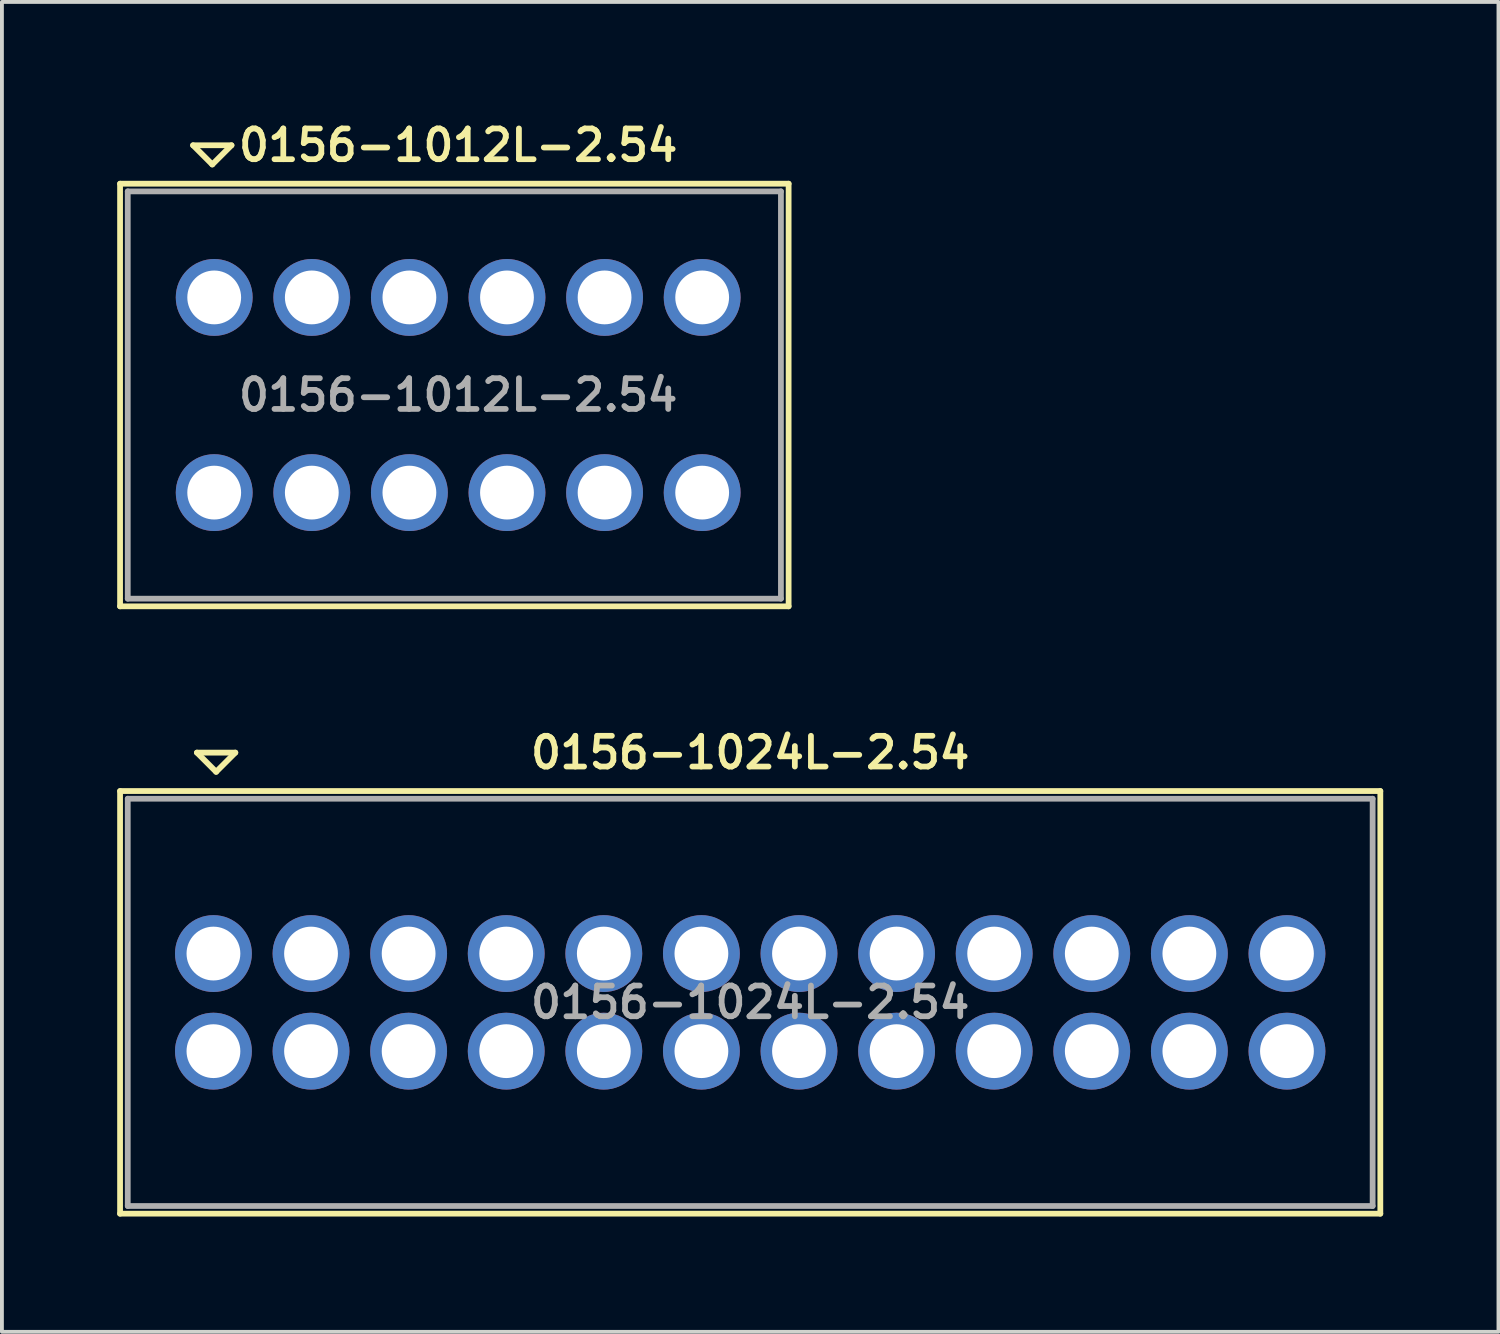
<source format=kicad_pcb>
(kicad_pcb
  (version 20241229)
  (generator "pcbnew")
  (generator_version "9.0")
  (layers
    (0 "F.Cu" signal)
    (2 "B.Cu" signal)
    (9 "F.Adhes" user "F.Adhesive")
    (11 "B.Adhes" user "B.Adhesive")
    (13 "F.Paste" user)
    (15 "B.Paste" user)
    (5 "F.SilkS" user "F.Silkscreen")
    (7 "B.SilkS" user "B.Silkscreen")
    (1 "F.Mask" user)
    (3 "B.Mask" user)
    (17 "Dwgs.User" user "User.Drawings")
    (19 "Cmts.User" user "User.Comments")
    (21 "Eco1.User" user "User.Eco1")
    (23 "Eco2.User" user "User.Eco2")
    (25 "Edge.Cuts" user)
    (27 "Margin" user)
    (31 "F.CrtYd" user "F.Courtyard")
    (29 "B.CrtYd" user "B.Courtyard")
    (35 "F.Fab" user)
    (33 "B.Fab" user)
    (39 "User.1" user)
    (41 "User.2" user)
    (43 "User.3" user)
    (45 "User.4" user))
  (footprint "0156-1012L-2.54"
    (layer "F.Cu")
    (at 8.875 7.231)
    (property "Reference" "0156-1012L-2.54" (at 0 -6.5 0) (layer "F.SilkS") (effects (font (size 0.8 0.8) (thickness 0.15))))
    (attr through_hole)
    (fp_line (start -8.8 -5.5) (end -8.8 5.5) (stroke (width 0.15) (type solid)) (layer "F.SilkS"))
    (fp_line (start -8.8 5.5) (end 8.6 5.5) (stroke (width 0.15) (type solid)) (layer "F.SilkS"))
    (fp_line (start -6.9 -6.5) (end -5.9 -6.5) (stroke (width 0.15) (type solid)) (layer "F.SilkS"))
    (fp_line (start -6.4 -6) (end -6.9 -6.5) (stroke (width 0.15) (type solid)) (layer "F.SilkS"))
    (fp_line (start -5.9 -6.5) (end -6.4 -6) (stroke (width 0.15) (type solid)) (layer "F.SilkS"))
    (fp_line (start 8.6 -5.5) (end -8.8 -5.5) (stroke (width 0.15) (type solid)) (layer "F.SilkS"))
    (fp_line (start 8.6 5.5) (end 8.6 -5.5) (stroke (width 0.15) (type solid)) (layer "F.SilkS"))
    (fp_line (start -8.6 -5.3) (end -8.6 5.3) (stroke (width 0.15) (type solid)) (layer "F.Fab"))
    (fp_line (start -8.6 5.3) (end 8.4 5.3) (stroke (width 0.15) (type solid)) (layer "F.Fab"))
    (fp_line (start -6.75 -2.94) (end -6.75 -2.14) (stroke (width 0.15) (type solid)) (layer "F.Fab"))
    (fp_line (start -6.75 -2.14) (end -5.95 -2.14) (stroke (width 0.15) (type solid)) (layer "F.Fab"))
    (fp_line (start -6.75 2.14) (end -6.75 2.94) (stroke (width 0.15) (type solid)) (layer "F.Fab"))
    (fp_line (start -6.75 2.94) (end -5.95 2.94) (stroke (width 0.15) (type solid)) (layer "F.Fab"))
    (fp_line (start -5.95 -2.94) (end -6.75 -2.94) (stroke (width 0.15) (type solid)) (layer "F.Fab"))
    (fp_line (start -5.95 -2.14) (end -5.95 -2.94) (stroke (width 0.15) (type solid)) (layer "F.Fab"))
    (fp_line (start -5.95 2.14) (end -6.75 2.14) (stroke (width 0.15) (type solid)) (layer "F.Fab"))
    (fp_line (start -5.95 2.94) (end -5.95 2.14) (stroke (width 0.15) (type solid)) (layer "F.Fab"))
    (fp_line (start -4.21 -2.94) (end -4.21 -2.14) (stroke (width 0.15) (type solid)) (layer "F.Fab"))
    (fp_line (start -4.21 -2.14) (end -3.41 -2.14) (stroke (width 0.15) (type solid)) (layer "F.Fab"))
    (fp_line (start -4.21 2.14) (end -4.21 2.94) (stroke (width 0.15) (type solid)) (layer "F.Fab"))
    (fp_line (start -4.21 2.94) (end -3.41 2.94) (stroke (width 0.15) (type solid)) (layer "F.Fab"))
    (fp_line (start -3.41 -2.94) (end -4.21 -2.94) (stroke (width 0.15) (type solid)) (layer "F.Fab"))
    (fp_line (start -3.41 -2.14) (end -3.41 -2.94) (stroke (width 0.15) (type solid)) (layer "F.Fab"))
    (fp_line (start -3.41 2.14) (end -4.21 2.14) (stroke (width 0.15) (type solid)) (layer "F.Fab"))
    (fp_line (start -3.41 2.94) (end -3.41 2.14) (stroke (width 0.15) (type solid)) (layer "F.Fab"))
    (fp_line (start -1.67 -2.94) (end -1.67 -2.14) (stroke (width 0.15) (type solid)) (layer "F.Fab"))
    (fp_line (start -1.67 -2.14) (end -0.87 -2.14) (stroke (width 0.15) (type solid)) (layer "F.Fab"))
    (fp_line (start -1.67 2.14) (end -1.67 2.94) (stroke (width 0.15) (type solid)) (layer "F.Fab"))
    (fp_line (start -1.67 2.94) (end -0.87 2.94) (stroke (width 0.15) (type solid)) (layer "F.Fab"))
    (fp_line (start -0.87 -2.94) (end -1.67 -2.94) (stroke (width 0.15) (type solid)) (layer "F.Fab"))
    (fp_line (start -0.87 -2.14) (end -0.87 -2.94) (stroke (width 0.15) (type solid)) (layer "F.Fab"))
    (fp_line (start -0.87 2.14) (end -1.67 2.14) (stroke (width 0.15) (type solid)) (layer "F.Fab"))
    (fp_line (start -0.87 2.94) (end -0.87 2.14) (stroke (width 0.15) (type solid)) (layer "F.Fab"))
    (fp_line (start 8.4 -5.3) (end -8.6 -5.3) (stroke (width 0.15) (type solid)) (layer "F.Fab"))
    (fp_line (start 8.4 5.3) (end 8.4 -5.3) (stroke (width 0.15) (type solid)) (layer "F.Fab"))
    (fp_text user "${REFERENCE}" (at 0 0 0) (layer "F.Fab") (effects (font (size 0.8 0.8) (thickness 0.15))))
    (pad "1" thru_hole circle (at -6.35 -2.54) (size 2 2) (drill 1.4) (layers "*.Cu" "*.Mask"))
    (pad "2" thru_hole circle (at -3.81 -2.54) (size 2 2) (drill 1.4) (layers "*.Cu" "*.Mask"))
    (pad "3" thru_hole circle (at -1.27 -2.54) (size 2 2) (drill 1.4) (layers "*.Cu" "*.Mask"))
    (pad "4" thru_hole circle (at 1.27 -2.54) (size 2 2) (drill 1.4) (layers "*.Cu" "*.Mask"))
    (pad "5" thru_hole circle (at 3.81 -2.54) (size 2 2) (drill 1.4) (layers "*.Cu" "*.Mask"))
    (pad "6" thru_hole circle (at 6.35 -2.54) (size 2 2) (drill 1.4) (layers "*.Cu" "*.Mask"))
    (pad "7" thru_hole circle (at -6.35 2.54) (size 2 2) (drill 1.4) (layers "*.Cu" "*.Mask"))
    (pad "8" thru_hole circle (at -3.81 2.54) (size 2 2) (drill 1.4) (layers "*.Cu" "*.Mask"))
    (pad "9" thru_hole circle (at -1.27 2.54) (size 2 2) (drill 1.4) (layers "*.Cu" "*.Mask"))
    (pad "10" thru_hole circle (at 1.27 2.54) (size 2 2) (drill 1.4) (layers "*.Cu" "*.Mask"))
    (pad "11" thru_hole circle (at 3.81 2.54) (size 2 2) (drill 1.4) (layers "*.Cu" "*.Mask"))
    (pad "12" thru_hole circle (at 6.35 2.54) (size 2 2) (drill 1.4) (layers "*.Cu" "*.Mask")))
  (footprint "0156-1024L-2.54"
    (layer "F.Cu")
    (at 16.475 23.038)
    (property "Reference" "0156-1024L-2.54" (at 0 -6.5 0) (layer "F.SilkS") (effects (font (size 0.8 0.8) (thickness 0.15))))
    (attr through_hole)
    (fp_line (start -16.4 -5.5) (end -16.4 5.5) (stroke (width 0.15) (type solid)) (layer "F.SilkS"))
    (fp_line (start -16.4 5.5) (end 16.4 5.5) (stroke (width 0.15) (type solid)) (layer "F.SilkS"))
    (fp_line (start -14.4 -6.5) (end -13.4 -6.5) (stroke (width 0.15) (type solid)) (layer "F.SilkS"))
    (fp_line (start -13.9 -6) (end -14.4 -6.5) (stroke (width 0.15) (type solid)) (layer "F.SilkS"))
    (fp_line (start -13.4 -6.5) (end -13.9 -6) (stroke (width 0.15) (type solid)) (layer "F.SilkS"))
    (fp_line (start 16.4 -5.5) (end -16.4 -5.5) (stroke (width 0.15) (type solid)) (layer "F.SilkS"))
    (fp_line (start 16.4 5.5) (end 16.4 -5.5) (stroke (width 0.15) (type solid)) (layer "F.SilkS"))
    (fp_line (start -16.2 -5.3) (end -16.2 5.3) (stroke (width 0.15) (type solid)) (layer "F.Fab"))
    (fp_line (start -16.2 5.3) (end 16.2 5.3) (stroke (width 0.15) (type solid)) (layer "F.Fab"))
    (fp_line (start -14.37 -1.67) (end -14.37 -0.87) (stroke (width 0.15) (type solid)) (layer "F.Fab"))
    (fp_line (start -14.37 -0.87) (end -13.57 -0.87) (stroke (width 0.15) (type solid)) (layer "F.Fab"))
    (fp_line (start -14.37 0.87) (end -14.37 1.67) (stroke (width 0.15) (type solid)) (layer "F.Fab"))
    (fp_line (start -14.37 1.67) (end -13.57 1.67) (stroke (width 0.15) (type solid)) (layer "F.Fab"))
    (fp_line (start -13.57 -1.67) (end -14.37 -1.67) (stroke (width 0.15) (type solid)) (layer "F.Fab"))
    (fp_line (start -13.57 -0.87) (end -13.57 -1.67) (stroke (width 0.15) (type solid)) (layer "F.Fab"))
    (fp_line (start -13.57 0.87) (end -14.37 0.87) (stroke (width 0.15) (type solid)) (layer "F.Fab"))
    (fp_line (start -13.57 1.67) (end -13.57 0.87) (stroke (width 0.15) (type solid)) (layer "F.Fab"))
    (fp_line (start -11.83 -1.67) (end -11.83 -0.87) (stroke (width 0.15) (type solid)) (layer "F.Fab"))
    (fp_line (start -11.83 -0.87) (end -11.03 -0.87) (stroke (width 0.15) (type solid)) (layer "F.Fab"))
    (fp_line (start -11.83 0.87) (end -11.83 1.67) (stroke (width 0.15) (type solid)) (layer "F.Fab"))
    (fp_line (start -11.83 1.67) (end -11.03 1.67) (stroke (width 0.15) (type solid)) (layer "F.Fab"))
    (fp_line (start -11.03 -1.67) (end -11.83 -1.67) (stroke (width 0.15) (type solid)) (layer "F.Fab"))
    (fp_line (start -11.03 -0.87) (end -11.03 -1.67) (stroke (width 0.15) (type solid)) (layer "F.Fab"))
    (fp_line (start -11.03 0.87) (end -11.83 0.87) (stroke (width 0.15) (type solid)) (layer "F.Fab"))
    (fp_line (start -11.03 1.67) (end -11.03 0.87) (stroke (width 0.15) (type solid)) (layer "F.Fab"))
    (fp_line (start -9.29 -1.67) (end -9.29 -0.87) (stroke (width 0.15) (type solid)) (layer "F.Fab"))
    (fp_line (start -9.29 -0.87) (end -8.49 -0.87) (stroke (width 0.15) (type solid)) (layer "F.Fab"))
    (fp_line (start -9.29 0.87) (end -9.29 1.67) (stroke (width 0.15) (type solid)) (layer "F.Fab"))
    (fp_line (start -9.29 1.67) (end -8.49 1.67) (stroke (width 0.15) (type solid)) (layer "F.Fab"))
    (fp_line (start -8.49 -1.67) (end -9.29 -1.67) (stroke (width 0.15) (type solid)) (layer "F.Fab"))
    (fp_line (start -8.49 -0.87) (end -8.49 -1.67) (stroke (width 0.15) (type solid)) (layer "F.Fab"))
    (fp_line (start -8.49 0.87) (end -9.29 0.87) (stroke (width 0.15) (type solid)) (layer "F.Fab"))
    (fp_line (start -8.49 1.67) (end -8.49 0.87) (stroke (width 0.15) (type solid)) (layer "F.Fab"))
    (fp_line (start -6.75 -1.67) (end -6.75 -0.87) (stroke (width 0.15) (type solid)) (layer "F.Fab"))
    (fp_line (start -6.75 -0.87) (end -5.95 -0.87) (stroke (width 0.15) (type solid)) (layer "F.Fab"))
    (fp_line (start -6.75 0.87) (end -6.75 1.67) (stroke (width 0.15) (type solid)) (layer "F.Fab"))
    (fp_line (start -6.75 1.67) (end -5.95 1.67) (stroke (width 0.15) (type solid)) (layer "F.Fab"))
    (fp_line (start -5.95 -1.67) (end -6.75 -1.67) (stroke (width 0.15) (type solid)) (layer "F.Fab"))
    (fp_line (start -5.95 -0.87) (end -5.95 -1.67) (stroke (width 0.15) (type solid)) (layer "F.Fab"))
    (fp_line (start -5.95 0.87) (end -6.75 0.87) (stroke (width 0.15) (type solid)) (layer "F.Fab"))
    (fp_line (start -5.95 1.67) (end -5.95 0.87) (stroke (width 0.15) (type solid)) (layer "F.Fab"))
    (fp_line (start -4.21 -1.67) (end -4.21 -0.87) (stroke (width 0.15) (type solid)) (layer "F.Fab"))
    (fp_line (start -4.21 -0.87) (end -3.41 -0.87) (stroke (width 0.15) (type solid)) (layer "F.Fab"))
    (fp_line (start -4.21 0.87) (end -4.21 1.67) (stroke (width 0.15) (type solid)) (layer "F.Fab"))
    (fp_line (start -4.21 1.67) (end -3.41 1.67) (stroke (width 0.15) (type solid)) (layer "F.Fab"))
    (fp_line (start -3.41 -1.67) (end -4.21 -1.67) (stroke (width 0.15) (type solid)) (layer "F.Fab"))
    (fp_line (start -3.41 -0.87) (end -3.41 -1.67) (stroke (width 0.15) (type solid)) (layer "F.Fab"))
    (fp_line (start -3.41 0.87) (end -4.21 0.87) (stroke (width 0.15) (type solid)) (layer "F.Fab"))
    (fp_line (start -3.41 1.67) (end -3.41 0.87) (stroke (width 0.15) (type solid)) (layer "F.Fab"))
    (fp_line (start -1.67 -1.67) (end -1.67 -0.87) (stroke (width 0.15) (type solid)) (layer "F.Fab"))
    (fp_line (start -1.67 -0.87) (end -0.87 -0.87) (stroke (width 0.15) (type solid)) (layer "F.Fab"))
    (fp_line (start -1.67 0.87) (end -1.67 1.67) (stroke (width 0.15) (type solid)) (layer "F.Fab"))
    (fp_line (start -1.67 1.67) (end -0.87 1.67) (stroke (width 0.15) (type solid)) (layer "F.Fab"))
    (fp_line (start -0.87 -1.67) (end -1.67 -1.67) (stroke (width 0.15) (type solid)) (layer "F.Fab"))
    (fp_line (start -0.87 -0.87) (end -0.87 -1.67) (stroke (width 0.15) (type solid)) (layer "F.Fab"))
    (fp_line (start -0.87 0.87) (end -1.67 0.87) (stroke (width 0.15) (type solid)) (layer "F.Fab"))
    (fp_line (start -0.87 1.67) (end -0.87 0.87) (stroke (width 0.15) (type solid)) (layer "F.Fab"))
    (fp_line (start 0.87 -1.67) (end 0.87 -0.87) (stroke (width 0.15) (type solid)) (layer "F.Fab"))
    (fp_line (start 0.87 -0.87) (end 1.67 -0.87) (stroke (width 0.15) (type solid)) (layer "F.Fab"))
    (fp_line (start 0.87 0.87) (end 0.87 1.67) (stroke (width 0.15) (type solid)) (layer "F.Fab"))
    (fp_line (start 0.87 1.67) (end 1.67 1.67) (stroke (width 0.15) (type solid)) (layer "F.Fab"))
    (fp_line (start 1.67 -1.67) (end 0.87 -1.67) (stroke (width 0.15) (type solid)) (layer "F.Fab"))
    (fp_line (start 1.67 -0.87) (end 1.67 -1.67) (stroke (width 0.15) (type solid)) (layer "F.Fab"))
    (fp_line (start 1.67 0.87) (end 0.87 0.87) (stroke (width 0.15) (type solid)) (layer "F.Fab"))
    (fp_line (start 1.67 1.67) (end 1.67 0.87) (stroke (width 0.15) (type solid)) (layer "F.Fab"))
    (fp_line (start 3.41 -1.67) (end 3.41 -0.87) (stroke (width 0.15) (type solid)) (layer "F.Fab"))
    (fp_line (start 3.41 -0.87) (end 4.21 -0.87) (stroke (width 0.15) (type solid)) (layer "F.Fab"))
    (fp_line (start 3.41 0.87) (end 3.41 1.67) (stroke (width 0.15) (type solid)) (layer "F.Fab"))
    (fp_line (start 3.41 1.67) (end 4.21 1.67) (stroke (width 0.15) (type solid)) (layer "F.Fab"))
    (fp_line (start 4.21 -1.67) (end 3.41 -1.67) (stroke (width 0.15) (type solid)) (layer "F.Fab"))
    (fp_line (start 4.21 -0.87) (end 4.21 -1.67) (stroke (width 0.15) (type solid)) (layer "F.Fab"))
    (fp_line (start 4.21 0.87) (end 3.41 0.87) (stroke (width 0.15) (type solid)) (layer "F.Fab"))
    (fp_line (start 4.21 1.67) (end 4.21 0.87) (stroke (width 0.15) (type solid)) (layer "F.Fab"))
    (fp_line (start 5.95 -1.67) (end 5.95 -0.87) (stroke (width 0.15) (type solid)) (layer "F.Fab"))
    (fp_line (start 5.95 -0.87) (end 6.75 -0.87) (stroke (width 0.15) (type solid)) (layer "F.Fab"))
    (fp_line (start 5.95 0.87) (end 5.95 1.67) (stroke (width 0.15) (type solid)) (layer "F.Fab"))
    (fp_line (start 5.95 1.67) (end 6.75 1.67) (stroke (width 0.15) (type solid)) (layer "F.Fab"))
    (fp_line (start 6.75 -1.67) (end 5.95 -1.67) (stroke (width 0.15) (type solid)) (layer "F.Fab"))
    (fp_line (start 6.75 -0.87) (end 6.75 -1.67) (stroke (width 0.15) (type solid)) (layer "F.Fab"))
    (fp_line (start 6.75 0.87) (end 5.95 0.87) (stroke (width 0.15) (type solid)) (layer "F.Fab"))
    (fp_line (start 6.75 1.67) (end 6.75 0.87) (stroke (width 0.15) (type solid)) (layer "F.Fab"))
    (fp_line (start 8.49 -1.67) (end 8.49 -0.87) (stroke (width 0.15) (type solid)) (layer "F.Fab"))
    (fp_line (start 8.49 -0.87) (end 9.29 -0.87) (stroke (width 0.15) (type solid)) (layer "F.Fab"))
    (fp_line (start 8.49 0.87) (end 8.49 1.67) (stroke (width 0.15) (type solid)) (layer "F.Fab"))
    (fp_line (start 8.49 1.67) (end 9.29 1.67) (stroke (width 0.15) (type solid)) (layer "F.Fab"))
    (fp_line (start 9.29 -1.67) (end 8.49 -1.67) (stroke (width 0.15) (type solid)) (layer "F.Fab"))
    (fp_line (start 9.29 -0.87) (end 9.29 -1.67) (stroke (width 0.15) (type solid)) (layer "F.Fab"))
    (fp_line (start 9.29 0.87) (end 8.49 0.87) (stroke (width 0.15) (type solid)) (layer "F.Fab"))
    (fp_line (start 9.29 1.67) (end 9.29 0.87) (stroke (width 0.15) (type solid)) (layer "F.Fab"))
    (fp_line (start 11.03 -1.67) (end 11.03 -0.87) (stroke (width 0.15) (type solid)) (layer "F.Fab"))
    (fp_line (start 11.03 -0.87) (end 11.83 -0.87) (stroke (width 0.15) (type solid)) (layer "F.Fab"))
    (fp_line (start 11.03 0.87) (end 11.03 1.67) (stroke (width 0.15) (type solid)) (layer "F.Fab"))
    (fp_line (start 11.03 1.67) (end 11.83 1.67) (stroke (width 0.15) (type solid)) (layer "F.Fab"))
    (fp_line (start 11.83 -1.67) (end 11.03 -1.67) (stroke (width 0.15) (type solid)) (layer "F.Fab"))
    (fp_line (start 11.83 -0.87) (end 11.83 -1.67) (stroke (width 0.15) (type solid)) (layer "F.Fab"))
    (fp_line (start 11.83 0.87) (end 11.03 0.87) (stroke (width 0.15) (type solid)) (layer "F.Fab"))
    (fp_line (start 11.83 1.67) (end 11.83 0.87) (stroke (width 0.15) (type solid)) (layer "F.Fab"))
    (fp_line (start 13.57 -1.67) (end 13.57 -0.87) (stroke (width 0.15) (type solid)) (layer "F.Fab"))
    (fp_line (start 13.57 -0.87) (end 14.37 -0.87) (stroke (width 0.15) (type solid)) (layer "F.Fab"))
    (fp_line (start 13.57 0.87) (end 13.57 1.67) (stroke (width 0.15) (type solid)) (layer "F.Fab"))
    (fp_line (start 13.57 1.67) (end 14.37 1.67) (stroke (width 0.15) (type solid)) (layer "F.Fab"))
    (fp_line (start 14.37 -1.67) (end 13.57 -1.67) (stroke (width 0.15) (type solid)) (layer "F.Fab"))
    (fp_line (start 14.37 -0.87) (end 14.37 -1.67) (stroke (width 0.15) (type solid)) (layer "F.Fab"))
    (fp_line (start 14.37 0.87) (end 13.57 0.87) (stroke (width 0.15) (type solid)) (layer "F.Fab"))
    (fp_line (start 14.37 1.67) (end 14.37 0.87) (stroke (width 0.15) (type solid)) (layer "F.Fab"))
    (fp_line (start 16.2 -5.3) (end -16.2 -5.3) (stroke (width 0.15) (type solid)) (layer "F.Fab"))
    (fp_line (start 16.2 5.3) (end 16.2 -5.3) (stroke (width 0.15) (type solid)) (layer "F.Fab"))
    (fp_text user "${REFERENCE}" (at 0 0 0) (layer "F.Fab") (effects (font (size 0.8 0.8) (thickness 0.15))))
    (pad "1" thru_hole circle (at -13.97 -1.27) (size 2 2) (drill 1.4) (layers "*.Cu" "*.Mask"))
    (pad "2" thru_hole circle (at -11.43 -1.27) (size 2 2) (drill 1.4) (layers "*.Cu" "*.Mask"))
    (pad "3" thru_hole circle (at -8.89 -1.27) (size 2 2) (drill 1.4) (layers "*.Cu" "*.Mask"))
    (pad "4" thru_hole circle (at -6.35 -1.27) (size 2 2) (drill 1.4) (layers "*.Cu" "*.Mask"))
    (pad "5" thru_hole circle (at -3.81 -1.27) (size 2 2) (drill 1.4) (layers "*.Cu" "*.Mask"))
    (pad "6" thru_hole circle (at -1.27 -1.27) (size 2 2) (drill 1.4) (layers "*.Cu" "*.Mask"))
    (pad "7" thru_hole circle (at 1.27 -1.27) (size 2 2) (drill 1.4) (layers "*.Cu" "*.Mask"))
    (pad "8" thru_hole circle (at 3.81 -1.27) (size 2 2) (drill 1.4) (layers "*.Cu" "*.Mask"))
    (pad "9" thru_hole circle (at 6.35 -1.27) (size 2 2) (drill 1.4) (layers "*.Cu" "*.Mask"))
    (pad "10" thru_hole circle (at 8.89 -1.27) (size 2 2) (drill 1.4) (layers "*.Cu" "*.Mask"))
    (pad "11" thru_hole circle (at 11.43 -1.27) (size 2 2) (drill 1.4) (layers "*.Cu" "*.Mask"))
    (pad "12" thru_hole circle (at 13.97 -1.27) (size 2 2) (drill 1.4) (layers "*.Cu" "*.Mask"))
    (pad "13" thru_hole circle (at -13.97 1.27) (size 2 2) (drill 1.4) (layers "*.Cu" "*.Mask"))
    (pad "14" thru_hole circle (at -11.43 1.27) (size 2 2) (drill 1.4) (layers "*.Cu" "*.Mask"))
    (pad "15" thru_hole circle (at -8.89 1.27) (size 2 2) (drill 1.4) (layers "*.Cu" "*.Mask"))
    (pad "16" thru_hole circle (at -6.35 1.27) (size 2 2) (drill 1.4) (layers "*.Cu" "*.Mask"))
    (pad "17" thru_hole circle (at -3.81 1.27) (size 2 2) (drill 1.4) (layers "*.Cu" "*.Mask"))
    (pad "18" thru_hole circle (at -1.27 1.27) (size 2 2) (drill 1.4) (layers "*.Cu" "*.Mask"))
    (pad "19" thru_hole circle (at 1.27 1.27) (size 2 2) (drill 1.4) (layers "*.Cu" "*.Mask"))
    (pad "20" thru_hole circle (at 3.81 1.27) (size 2 2) (drill 1.4) (layers "*.Cu" "*.Mask"))
    (pad "21" thru_hole circle (at 6.35 1.27) (size 2 2) (drill 1.4) (layers "*.Cu" "*.Mask"))
    (pad "22" thru_hole circle (at 8.89 1.27) (size 2 2) (drill 1.4) (layers "*.Cu" "*.Mask"))
    (pad "23" thru_hole circle (at 11.43 1.27) (size 2 2) (drill 1.4) (layers "*.Cu" "*.Mask"))
    (pad "24" thru_hole circle (at 13.97 1.27) (size 2 2) (drill 1.4) (layers "*.Cu" "*.Mask")))
  (gr_rect
    (start -3 -3)
    (end 35.95 31.613)
    (stroke (width 0.1) (type default))
    (fill no)
    (layer "Edge.Cuts")))
</source>
